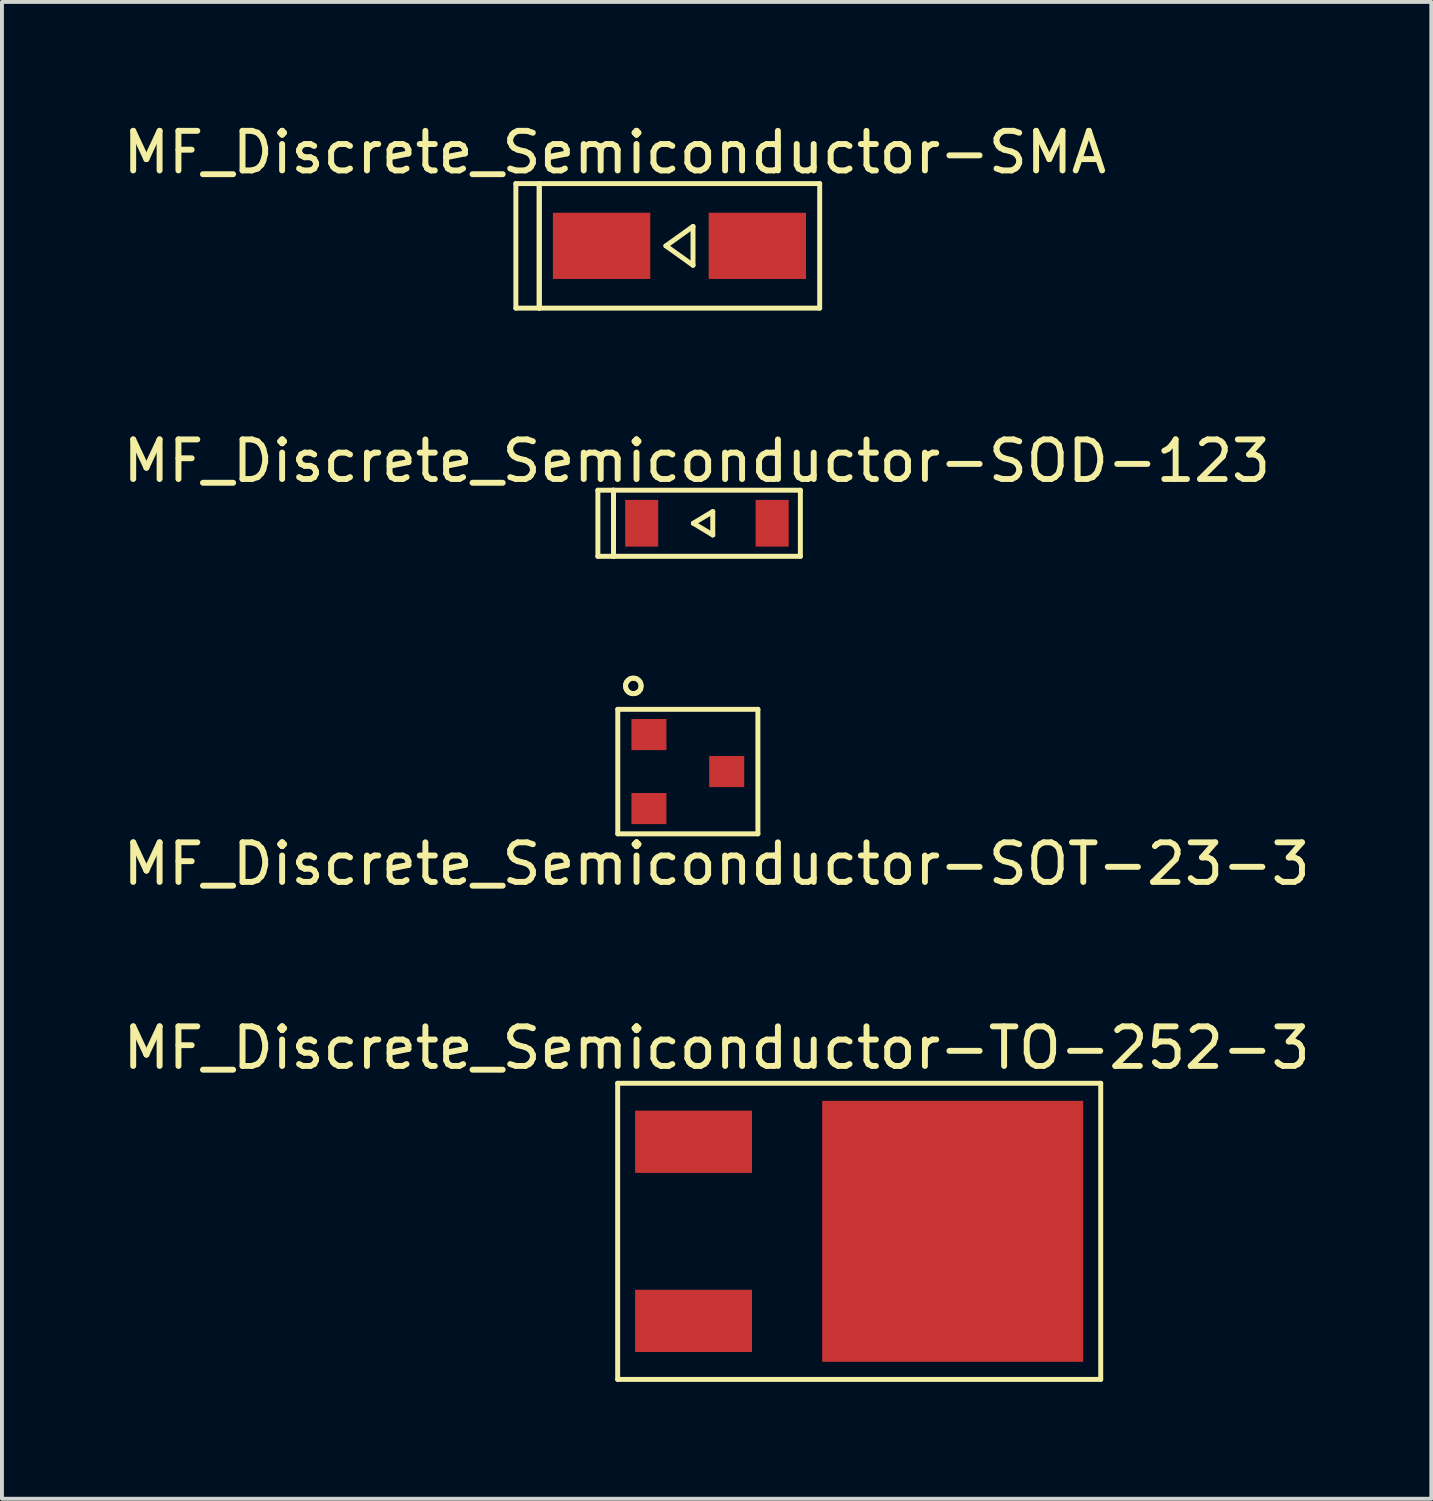
<source format=kicad_pcb>
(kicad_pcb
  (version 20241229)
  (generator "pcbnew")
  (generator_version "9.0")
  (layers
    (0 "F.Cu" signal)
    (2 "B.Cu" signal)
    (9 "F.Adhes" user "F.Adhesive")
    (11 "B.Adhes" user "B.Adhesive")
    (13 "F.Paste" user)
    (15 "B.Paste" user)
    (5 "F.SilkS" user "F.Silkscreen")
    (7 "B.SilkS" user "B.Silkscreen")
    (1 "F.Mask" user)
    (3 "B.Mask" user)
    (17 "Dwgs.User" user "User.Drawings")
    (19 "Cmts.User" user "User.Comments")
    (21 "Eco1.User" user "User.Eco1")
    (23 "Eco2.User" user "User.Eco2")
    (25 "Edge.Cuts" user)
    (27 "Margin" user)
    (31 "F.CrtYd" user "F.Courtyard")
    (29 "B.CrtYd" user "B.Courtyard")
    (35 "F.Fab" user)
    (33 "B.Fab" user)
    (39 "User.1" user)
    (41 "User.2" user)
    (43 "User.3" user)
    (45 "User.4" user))
  (footprint "MF_Discrete_Semiconductor-SMA"
    (layer "F.Cu")
    (at 14.389 3.26)
    (property "Reference" "MF_Discrete_Semiconductor-SMA" (at -1.659 -2.398 0) (layer "F.SilkS") (effects (font (size 1.016 1.016) (thickness 0.152))))
    (attr smd)
    (fp_line (start -4.199 -1.598) (end -3.599 -1.598) (stroke (width 0.127) (type solid)) (layer "F.SilkS"))
    (fp_line (start -4.199 1.598) (end -4.199 -1.598) (stroke (width 0.127) (type solid)) (layer "F.SilkS"))
    (fp_line (start -3.599 -1.598) (end -3.599 1.598) (stroke (width 0.127) (type solid)) (layer "F.SilkS"))
    (fp_line (start -3.599 -1.598) (end 3.599 -1.598) (stroke (width 0.127) (type solid)) (layer "F.SilkS"))
    (fp_line (start -3.599 1.598) (end -4.199 1.598) (stroke (width 0.127) (type solid)) (layer "F.SilkS"))
    (fp_line (start -3.599 1.598) (end -3.599 -1.598) (stroke (width 0.127) (type solid)) (layer "F.SilkS"))
    (fp_line (start -0.348 0) (end 0.348 -0.498) (stroke (width 0.127) (type solid)) (layer "F.SilkS"))
    (fp_line (start 0.348 -0.498) (end 0.348 0.498) (stroke (width 0.127) (type solid)) (layer "F.SilkS"))
    (fp_line (start 0.348 0.498) (end -0.348 0) (stroke (width 0.127) (type solid)) (layer "F.SilkS"))
    (fp_line (start 3.599 -1.598) (end 3.599 1.598) (stroke (width 0.127) (type solid)) (layer "F.SilkS"))
    (fp_line (start 3.599 1.598) (end -3.599 1.598) (stroke (width 0.127) (type solid)) (layer "F.SilkS"))
    (pad "ANOD" smd rect (at 1.999 0 180) (size 2.499 1.699) (layers "F.Cu" "F.Mask" "F.Paste"))
    (pad "CATH" smd rect (at -1.999 0 180) (size 2.499 1.699) (layers "F.Cu" "F.Mask" "F.Paste")))
  (footprint "MF_Discrete_Semiconductor-TO-252-3"
    (layer "F.Cu")
    (at 21.401 28.553)
    (property "Reference" "MF_Discrete_Semiconductor-TO-252-3" (at -6.058 -4.707 0) (layer "F.SilkS") (effects (font (size 1.016 1.016) (thickness 0.152))))
    (attr smd)
    (fp_line (start -8.598 -3.8) (end 3.8 -3.8) (stroke (width 0.127) (type solid)) (layer "F.SilkS"))
    (fp_line (start -8.598 3.8) (end -8.598 -3.8) (stroke (width 0.127) (type solid)) (layer "F.SilkS"))
    (fp_line (start 3.8 -3.8) (end 3.8 3.8) (stroke (width 0.127) (type solid)) (layer "F.SilkS"))
    (fp_line (start 3.8 3.8) (end -8.598 3.8) (stroke (width 0.127) (type solid)) (layer "F.SilkS"))
    (pad "1" smd rect (at -6.65 -2.299) (size 3 1.598) (layers "F.Cu" "F.Mask" "F.Paste"))
    (pad "2" smd rect (at -6.65 2.299) (size 3 1.598) (layers "F.Cu" "F.Mask" "F.Paste"))
    (pad "PAD" smd rect (at 0 0 270) (size 6.698 6.698) (layers "F.Cu" "F.Mask" "F.Paste")))
  (footprint "MF_Discrete_Semiconductor-SOT-23-3"
    (layer "F.Cu")
    (at 14.604 16.753)
    (property "Reference" "MF_Discrete_Semiconductor-SOT-23-3" (at 0.739 2.37 0) (layer "F.SilkS") (effects (font (size 1.016 1.016) (thickness 0.152))))
    (attr smd)
    (fp_line (start -1.798 -1.598) (end -1.798 1.598) (stroke (width 0.127) (type solid)) (layer "F.SilkS"))
    (fp_line (start -1.798 1.598) (end 1.798 1.598) (stroke (width 0.127) (type solid)) (layer "F.SilkS"))
    (fp_line (start -1.598 -2.2) (end -1.593 -2.25) (stroke (width 0.127) (type solid)) (layer "F.SilkS"))
    (fp_line (start -1.593 -2.25) (end -1.572 -2.299) (stroke (width 0.127) (type solid)) (layer "F.SilkS"))
    (fp_line (start -1.593 -2.146) (end -1.598 -2.2) (stroke (width 0.127) (type solid)) (layer "F.SilkS"))
    (fp_line (start -1.572 -2.299) (end -1.539 -2.339) (stroke (width 0.127) (type solid)) (layer "F.SilkS"))
    (fp_line (start -1.572 -2.098) (end -1.593 -2.146) (stroke (width 0.127) (type solid)) (layer "F.SilkS"))
    (fp_line (start -1.539 -2.339) (end -1.499 -2.372) (stroke (width 0.127) (type solid)) (layer "F.SilkS"))
    (fp_line (start -1.539 -2.057) (end -1.572 -2.098) (stroke (width 0.127) (type solid)) (layer "F.SilkS"))
    (fp_line (start -1.499 -2.372) (end -1.45 -2.393) (stroke (width 0.127) (type solid)) (layer "F.SilkS"))
    (fp_line (start -1.499 -2.024) (end -1.539 -2.057) (stroke (width 0.127) (type solid)) (layer "F.SilkS"))
    (fp_line (start -1.45 -2.393) (end -1.4 -2.398) (stroke (width 0.127) (type solid)) (layer "F.SilkS"))
    (fp_line (start -1.45 -2.007) (end -1.499 -2.024) (stroke (width 0.127) (type solid)) (layer "F.SilkS"))
    (fp_line (start -1.4 -2.398) (end -1.346 -2.393) (stroke (width 0.127) (type solid)) (layer "F.SilkS"))
    (fp_line (start -1.4 -1.999) (end -1.45 -2.007) (stroke (width 0.127) (type solid)) (layer "F.SilkS"))
    (fp_line (start -1.346 -2.393) (end -1.298 -2.372) (stroke (width 0.127) (type solid)) (layer "F.SilkS"))
    (fp_line (start -1.346 -2.007) (end -1.4 -1.999) (stroke (width 0.127) (type solid)) (layer "F.SilkS"))
    (fp_line (start -1.298 -2.372) (end -1.257 -2.339) (stroke (width 0.127) (type solid)) (layer "F.SilkS"))
    (fp_line (start -1.298 -2.024) (end -1.346 -2.007) (stroke (width 0.127) (type solid)) (layer "F.SilkS"))
    (fp_line (start -1.257 -2.339) (end -1.224 -2.299) (stroke (width 0.127) (type solid)) (layer "F.SilkS"))
    (fp_line (start -1.257 -2.057) (end -1.298 -2.024) (stroke (width 0.127) (type solid)) (layer "F.SilkS"))
    (fp_line (start -1.224 -2.299) (end -1.206 -2.25) (stroke (width 0.127) (type solid)) (layer "F.SilkS"))
    (fp_line (start -1.224 -2.098) (end -1.257 -2.057) (stroke (width 0.127) (type solid)) (layer "F.SilkS"))
    (fp_line (start -1.206 -2.25) (end -1.199 -2.2) (stroke (width 0.127) (type solid)) (layer "F.SilkS"))
    (fp_line (start -1.206 -2.146) (end -1.224 -2.098) (stroke (width 0.127) (type solid)) (layer "F.SilkS"))
    (fp_line (start -1.199 -2.2) (end -1.206 -2.146) (stroke (width 0.127) (type solid)) (layer "F.SilkS"))
    (fp_line (start 1.798 -1.598) (end -1.798 -1.598) (stroke (width 0.127) (type solid)) (layer "F.SilkS"))
    (fp_line (start 1.798 1.598) (end 1.798 -1.598) (stroke (width 0.127) (type solid)) (layer "F.SilkS"))
    (pad "1" smd rect (at -0.998 -0.95) (size 0.899 0.798) (layers "F.Cu" "F.Mask" "F.Paste"))
    (pad "2" smd rect (at -0.998 0.95) (size 0.899 0.798) (layers "F.Cu" "F.Mask" "F.Paste"))
    (pad "3" smd rect (at 0.998 0) (size 0.899 0.798) (layers "F.Cu" "F.Mask" "F.Paste")))
  (footprint "MF_Discrete_Semiconductor-SOD-123"
    (layer "F.Cu")
    (at 15.094 10.38)
    (property "Reference" "MF_Discrete_Semiconductor-SOD-123" (at -0.259 -1.598 0) (layer "F.SilkS") (effects (font (size 1.016 1.016) (thickness 0.152))))
    (attr smd)
    (fp_line (start -2.799 -0.848) (end -2.398 -0.848) (stroke (width 0.127) (type solid)) (layer "F.SilkS"))
    (fp_line (start -2.799 0.848) (end -2.799 -0.848) (stroke (width 0.127) (type solid)) (layer "F.SilkS"))
    (fp_line (start -2.398 -0.848) (end -2.398 0.848) (stroke (width 0.127) (type solid)) (layer "F.SilkS"))
    (fp_line (start -2.398 -0.848) (end 2.398 -0.848) (stroke (width 0.127) (type solid)) (layer "F.SilkS"))
    (fp_line (start -2.398 0.848) (end -2.799 0.848) (stroke (width 0.127) (type solid)) (layer "F.SilkS"))
    (fp_line (start -2.398 0.848) (end -2.398 -0.848) (stroke (width 0.127) (type solid)) (layer "F.SilkS"))
    (fp_line (start -0.348 0) (end 0.15 -0.3) (stroke (width 0.127) (type solid)) (layer "F.SilkS"))
    (fp_line (start 0.15 -0.3) (end 0.15 0.3) (stroke (width 0.127) (type solid)) (layer "F.SilkS"))
    (fp_line (start 0.15 0.3) (end -0.348 0) (stroke (width 0.127) (type solid)) (layer "F.SilkS"))
    (fp_line (start 2.398 -0.848) (end 2.398 0.848) (stroke (width 0.127) (type solid)) (layer "F.SilkS"))
    (fp_line (start 2.398 0.848) (end -2.398 0.848) (stroke (width 0.127) (type solid)) (layer "F.SilkS"))
    (pad "ANOD" smd rect (at 1.674 0 180) (size 0.848 1.199) (layers "F.Cu" "F.Mask" "F.Paste"))
    (pad "CATH" smd rect (at -1.674 0 180) (size 0.848 1.199) (layers "F.Cu" "F.Mask" "F.Paste")))
  (gr_rect
    (start -3 -3)
    (end 33.686 35.417)
    (stroke (width 0.1) (type default))
    (fill no)
    (layer "Edge.Cuts")))
</source>
